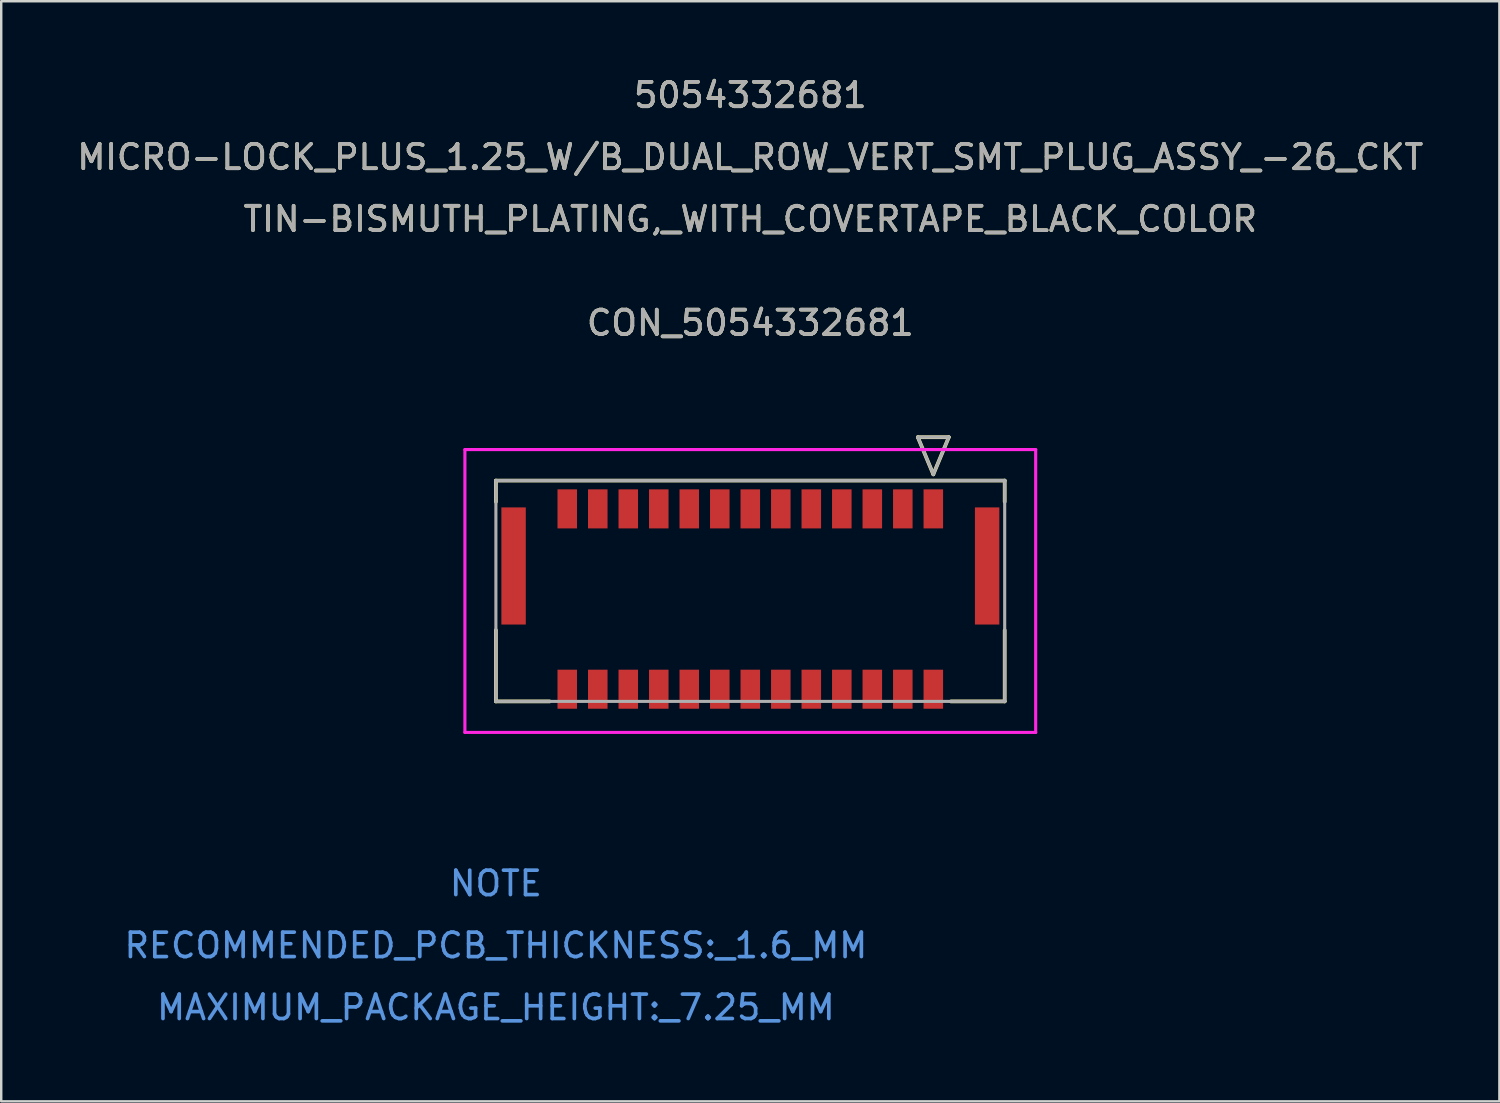
<source format=kicad_pcb>
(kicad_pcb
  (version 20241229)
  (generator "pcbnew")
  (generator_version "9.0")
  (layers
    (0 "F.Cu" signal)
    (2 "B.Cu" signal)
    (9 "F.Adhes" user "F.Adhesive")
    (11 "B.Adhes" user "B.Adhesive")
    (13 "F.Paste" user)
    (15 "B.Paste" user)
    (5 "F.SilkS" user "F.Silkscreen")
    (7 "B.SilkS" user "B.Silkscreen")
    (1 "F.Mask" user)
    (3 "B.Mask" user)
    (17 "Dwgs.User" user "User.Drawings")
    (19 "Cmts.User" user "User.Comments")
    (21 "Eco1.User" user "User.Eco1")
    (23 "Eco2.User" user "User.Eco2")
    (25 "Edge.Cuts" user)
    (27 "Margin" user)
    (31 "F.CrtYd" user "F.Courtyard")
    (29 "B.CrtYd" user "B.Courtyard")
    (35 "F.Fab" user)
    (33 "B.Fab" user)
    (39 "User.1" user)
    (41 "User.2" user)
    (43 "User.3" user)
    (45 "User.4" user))
  (footprint "CON_5054332681"
    (layer "F.Cu")
    (at 35.196 17.803)
    (property "Reference" "CON_5054332681" (at -7.5 -7.62 0) (unlocked yes) (layer "F.SilkS") (effects (font (size 1 1) (thickness 0.15))))
    (attr smd)
    (fp_line (start -17.925 -1.16) (end -17.925 -0.288) (stroke (width 0.152) (type solid)) (layer "F.SilkS"))
    (fp_line (start -17.925 4.968) (end -17.925 7.89) (stroke (width 0.152) (type solid)) (layer "F.SilkS"))
    (fp_line (start -17.925 7.89) (end -15.72 7.89) (stroke (width 0.152) (type solid)) (layer "F.SilkS"))
    (fp_line (start -0.635 -2.938) (end 0 -1.414) (stroke (width 0.152) (type solid)) (layer "F.SilkS"))
    (fp_line (start 0 -1.414) (end 0.635 -2.938) (stroke (width 0.152) (type solid)) (layer "F.SilkS"))
    (fp_line (start 0.635 -2.938) (end -0.635 -2.938) (stroke (width 0.152) (type solid)) (layer "F.SilkS"))
    (fp_line (start 0.72 7.89) (end 2.925 7.89) (stroke (width 0.152) (type solid)) (layer "F.SilkS"))
    (fp_line (start 2.925 -1.16) (end -17.925 -1.16) (stroke (width 0.152) (type solid)) (layer "F.SilkS"))
    (fp_line (start 2.925 -0.292) (end 2.925 -1.16) (stroke (width 0.152) (type solid)) (layer "F.SilkS"))
    (fp_line (start 2.925 7.89) (end 2.925 4.972) (stroke (width 0.152) (type solid)) (layer "F.SilkS"))
    (fp_line (start -19.195 -2.43) (end -19.195 9.16) (stroke (width 0.127) (type solid)) (layer "F.CrtYd"))
    (fp_line (start -19.195 9.16) (end 4.195 9.16) (stroke (width 0.127) (type solid)) (layer "F.CrtYd"))
    (fp_line (start 4.195 -2.43) (end -19.195 -2.43) (stroke (width 0.127) (type solid)) (layer "F.CrtYd"))
    (fp_line (start 4.195 9.16) (end 4.195 -2.43) (stroke (width 0.127) (type solid)) (layer "F.CrtYd"))
    (fp_line (start -17.925 -1.16) (end -17.925 7.89) (stroke (width 0.127) (type solid)) (layer "F.Fab"))
    (fp_line (start -17.925 7.89) (end 2.925 7.89) (stroke (width 0.127) (type solid)) (layer "F.Fab"))
    (fp_line (start -0.635 -2.938) (end 0 -1.414) (stroke (width 0.127) (type solid)) (layer "F.Fab"))
    (fp_line (start 0 -1.414) (end 0.635 -2.938) (stroke (width 0.127) (type solid)) (layer "F.Fab"))
    (fp_line (start 0.635 -2.938) (end -0.635 -2.938) (stroke (width 0.127) (type solid)) (layer "F.Fab"))
    (fp_line (start 2.925 -1.16) (end -17.925 -1.16) (stroke (width 0.127) (type solid)) (layer "F.Fab"))
    (fp_line (start 2.925 7.89) (end 2.925 -1.16) (stroke (width 0.127) (type solid)) (layer "F.Fab"))
    (fp_text user "5054332681" (at -7.5 -16.955 0) (unlocked yes) (layer "F.SilkS") (effects (font (size 1 1) (thickness 0.15))))
    (fp_text user "TIN-BISMUTH_PLATING,_WITH_COVERTAPE_BLACK_COLOR" (at -7.5 -11.875 0) (unlocked yes) (layer "F.SilkS") (effects (font (size 1 1) (thickness 0.15))))
    (fp_text user "MICRO-LOCK_PLUS_1.25_W/B_DUAL_ROW_VERT_SMT_PLUG_ASSY_-26_CKT" (at -7.5 -14.415 0) (unlocked yes) (layer "F.SilkS") (effects (font (size 1 1) (thickness 0.15))))
    (fp_text user "MAXIMUM_PACKAGE_HEIGHT:_7.25_MM" (at -17.925 20.43 0) (unlocked yes) (layer "Cmts.User") (effects (font (size 1 1) (thickness 0.15))))
    (fp_text user "NOTE" (at -17.925 15.35 0) (unlocked yes) (layer "Cmts.User") (effects (font (size 1 1) (thickness 0.15))))
    (fp_text user "RECOMMENDED_PCB_THICKNESS:_1.6_MM" (at -17.925 17.89 0) (unlocked yes) (layer "Cmts.User") (effects (font (size 1 1) (thickness 0.15))))
    (fp_text user "${REFERENCE}" (at -7.5 -7.62 0) (unlocked yes) (layer "F.Fab") (effects (font (size 1 1) (thickness 0.15))))
    (fp_text user "5054332681" (at -7.5 -16.955 0) (unlocked yes) (layer "F.Fab") (effects (font (size 1 1) (thickness 0.15))))
    (fp_text user "TIN-BISMUTH_PLATING,_WITH_COVERTAPE_BLACK_COLOR" (at -7.5 -11.875 0) (unlocked yes) (layer "F.Fab") (effects (font (size 1 1) (thickness 0.15))))
    (fp_text user "MICRO-LOCK_PLUS_1.25_W/B_DUAL_ROW_VERT_SMT_PLUG_ASSY_-26_CKT" (at -7.5 -14.415 0) (unlocked yes) (layer "F.Fab") (effects (font (size 1 1) (thickness 0.15))))
    (pad "1" smd rect (at 0 0) (size 0.8 1.6) (layers "F.Cu" "F.Mask" "F.Paste"))
    (pad "2" smd rect (at 0 7.39) (size 0.8 1.6) (layers "F.Cu" "F.Mask" "F.Paste"))
    (pad "3" smd rect (at -1.25 0) (size 0.8 1.6) (layers "F.Cu" "F.Mask" "F.Paste"))
    (pad "4" smd rect (at -1.25 7.39) (size 0.8 1.6) (layers "F.Cu" "F.Mask" "F.Paste"))
    (pad "5" smd rect (at -2.5 0) (size 0.8 1.6) (layers "F.Cu" "F.Mask" "F.Paste"))
    (pad "6" smd rect (at -2.5 7.39) (size 0.8 1.6) (layers "F.Cu" "F.Mask" "F.Paste"))
    (pad "7" smd rect (at -3.75 0) (size 0.8 1.6) (layers "F.Cu" "F.Mask" "F.Paste"))
    (pad "8" smd rect (at -3.75 7.39) (size 0.8 1.6) (layers "F.Cu" "F.Mask" "F.Paste"))
    (pad "9" smd rect (at -5 0) (size 0.8 1.6) (layers "F.Cu" "F.Mask" "F.Paste"))
    (pad "10" smd rect (at -5 7.39) (size 0.8 1.6) (layers "F.Cu" "F.Mask" "F.Paste"))
    (pad "11" smd rect (at -6.25 0) (size 0.8 1.6) (layers "F.Cu" "F.Mask" "F.Paste"))
    (pad "12" smd rect (at -6.25 7.39) (size 0.8 1.6) (layers "F.Cu" "F.Mask" "F.Paste"))
    (pad "13" smd rect (at -7.5 0) (size 0.8 1.6) (layers "F.Cu" "F.Mask" "F.Paste"))
    (pad "14" smd rect (at -7.5 7.39) (size 0.8 1.6) (layers "F.Cu" "F.Mask" "F.Paste"))
    (pad "15" smd rect (at -8.75 0) (size 0.8 1.6) (layers "F.Cu" "F.Mask" "F.Paste"))
    (pad "16" smd rect (at -8.75 7.39) (size 0.8 1.6) (layers "F.Cu" "F.Mask" "F.Paste"))
    (pad "17" smd rect (at -10 0) (size 0.8 1.6) (layers "F.Cu" "F.Mask" "F.Paste"))
    (pad "18" smd rect (at -10 7.39) (size 0.8 1.6) (layers "F.Cu" "F.Mask" "F.Paste"))
    (pad "19" smd rect (at -11.25 0) (size 0.8 1.6) (layers "F.Cu" "F.Mask" "F.Paste"))
    (pad "20" smd rect (at -11.25 7.39) (size 0.8 1.6) (layers "F.Cu" "F.Mask" "F.Paste"))
    (pad "21" smd rect (at -12.5 0) (size 0.8 1.6) (layers "F.Cu" "F.Mask" "F.Paste"))
    (pad "22" smd rect (at -12.5 7.39) (size 0.8 1.6) (layers "F.Cu" "F.Mask" "F.Paste"))
    (pad "23" smd rect (at -13.75 0) (size 0.8 1.6) (layers "F.Cu" "F.Mask" "F.Paste"))
    (pad "24" smd rect (at -13.75 7.39) (size 0.8 1.6) (layers "F.Cu" "F.Mask" "F.Paste"))
    (pad "25" smd rect (at -15 0) (size 0.8 1.6) (layers "F.Cu" "F.Mask" "F.Paste"))
    (pad "26" smd rect (at -15 7.39) (size 0.8 1.6) (layers "F.Cu" "F.Mask" "F.Paste"))
    (pad "27" smd rect (at 2.205 2.34) (size 1 4.8) (layers "F.Cu" "F.Mask" "F.Paste"))
    (pad "28" smd rect (at -17.2 2.34) (size 1 4.8) (layers "F.Cu" "F.Mask" "F.Paste")))
  (gr_rect
    (start -3 -3)
    (end 58.393 42.081)
    (stroke (width 0.1) (type default))
    (fill no)
    (layer "Edge.Cuts")))
</source>
